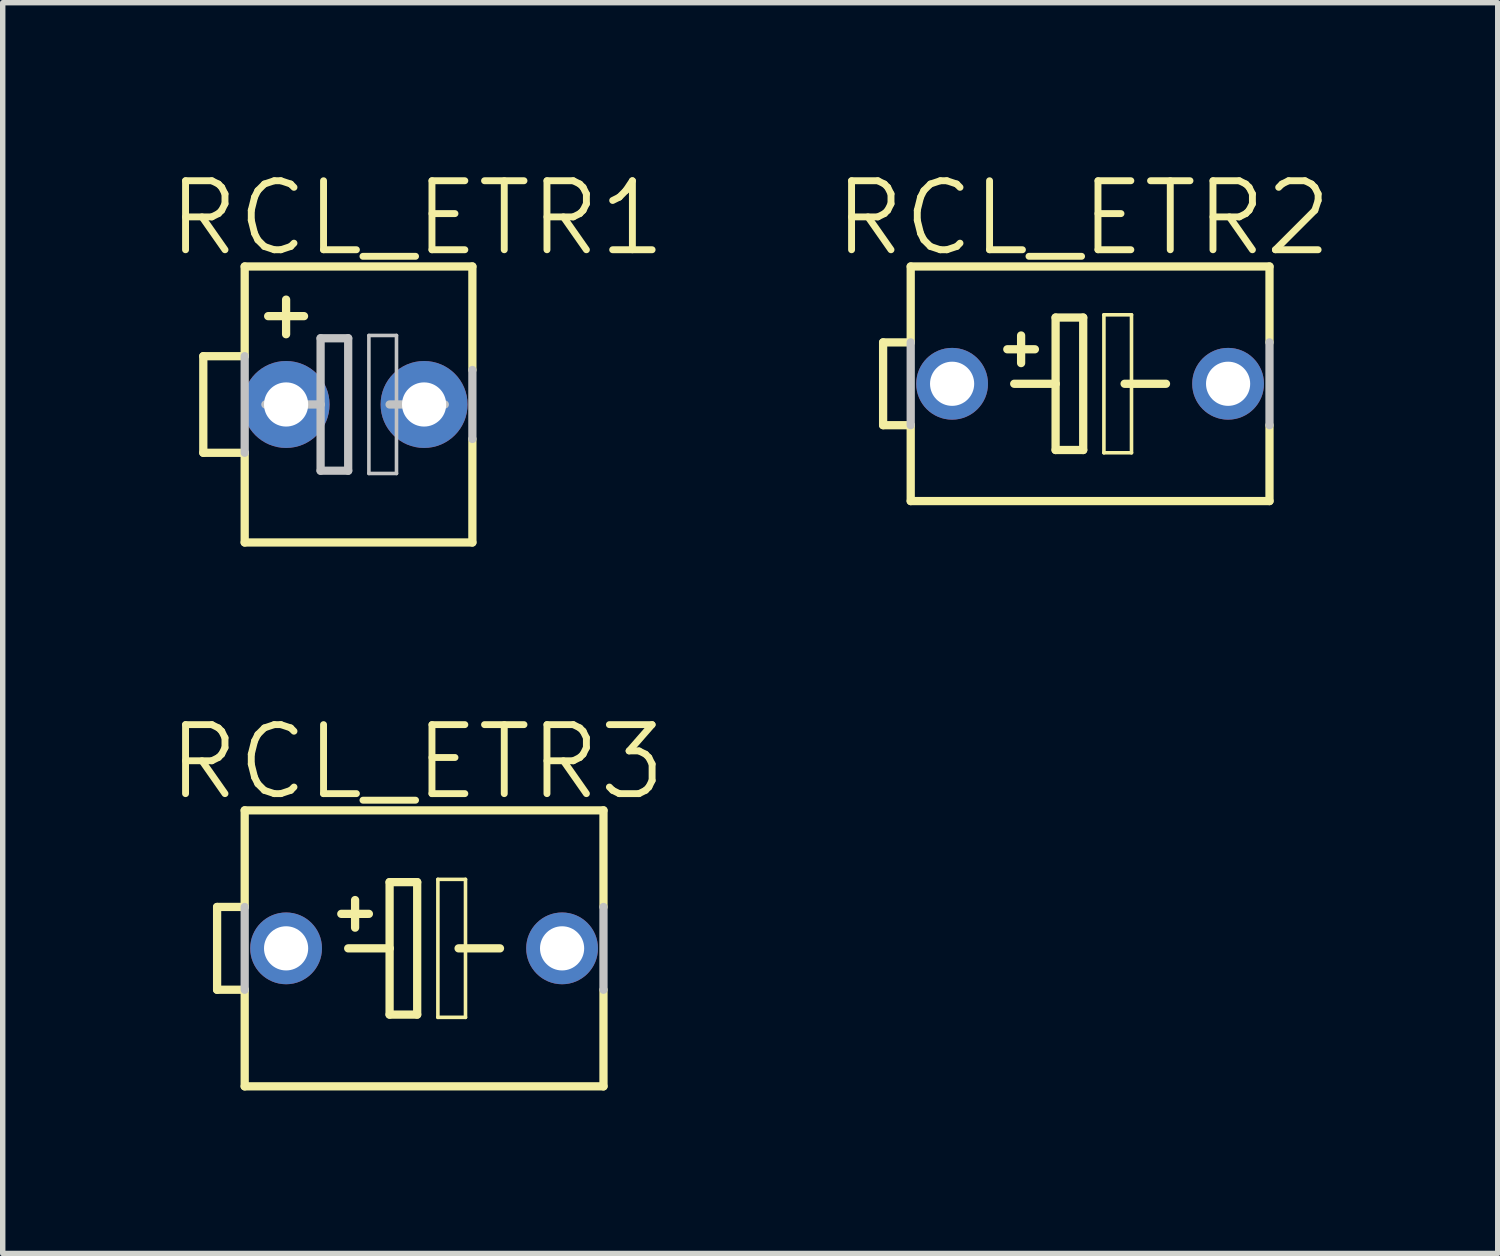
<source format=kicad_pcb>
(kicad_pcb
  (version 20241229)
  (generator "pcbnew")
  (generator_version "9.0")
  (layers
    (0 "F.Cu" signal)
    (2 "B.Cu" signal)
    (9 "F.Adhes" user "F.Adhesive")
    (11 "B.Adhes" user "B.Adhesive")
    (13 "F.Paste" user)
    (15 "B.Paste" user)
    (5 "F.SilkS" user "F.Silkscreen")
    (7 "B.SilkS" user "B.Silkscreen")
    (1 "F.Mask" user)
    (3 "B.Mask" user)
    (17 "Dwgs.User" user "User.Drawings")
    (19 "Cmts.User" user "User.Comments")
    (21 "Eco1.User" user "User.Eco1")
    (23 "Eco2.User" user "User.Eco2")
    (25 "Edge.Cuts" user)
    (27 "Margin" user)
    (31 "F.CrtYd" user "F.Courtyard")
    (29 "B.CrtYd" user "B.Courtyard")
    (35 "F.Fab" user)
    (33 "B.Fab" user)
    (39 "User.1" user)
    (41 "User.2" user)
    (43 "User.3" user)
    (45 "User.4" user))
  (footprint "RCL_ETR3"
    (layer "F.Cu")
    (at 4.756 14.406)
    (property "Reference" "RCL_ETR3" (at -0.127 -3.429 0) (layer "F.SilkS") (effects (font (size 1.27 1.27) (thickness 0.127))))
    (attr exclude_from_pos_files exclude_from_bom)
    (fp_line (start -3.81 -0.762) (end -3.81 0.762) (stroke (width 0.152) (type solid)) (layer "F.SilkS"))
    (fp_line (start -3.81 0.762) (end -3.302 0.762) (stroke (width 0.152) (type solid)) (layer "F.SilkS"))
    (fp_line (start -3.302 -0.762) (end -3.81 -0.762) (stroke (width 0.152) (type solid)) (layer "F.SilkS"))
    (fp_line (start -3.302 -0.762) (end -3.302 -2.54) (stroke (width 0.152) (type solid)) (layer "F.SilkS"))
    (fp_line (start -3.302 2.54) (end -3.302 0.762) (stroke (width 0.152) (type solid)) (layer "F.SilkS"))
    (fp_line (start -3.302 2.54) (end 3.302 2.54) (stroke (width 0.152) (type solid)) (layer "F.SilkS"))
    (fp_line (start -1.524 -0.635) (end -1.016 -0.635) (stroke (width 0.152) (type solid)) (layer "F.SilkS"))
    (fp_line (start -1.397 0) (end -0.635 0) (stroke (width 0.152) (type solid)) (layer "F.SilkS"))
    (fp_line (start -1.27 -0.889) (end -1.27 -0.381) (stroke (width 0.152) (type solid)) (layer "F.SilkS"))
    (fp_line (start -0.635 -1.219) (end -0.635 0) (stroke (width 0.152) (type solid)) (layer "F.SilkS"))
    (fp_line (start -0.635 0) (end -0.635 1.219) (stroke (width 0.152) (type solid)) (layer "F.SilkS"))
    (fp_line (start -0.635 1.219) (end -0.127 1.219) (stroke (width 0.152) (type solid)) (layer "F.SilkS"))
    (fp_line (start -0.127 -1.219) (end -0.635 -1.219) (stroke (width 0.152) (type solid)) (layer "F.SilkS"))
    (fp_line (start -0.127 1.219) (end -0.127 -1.219) (stroke (width 0.152) (type solid)) (layer "F.SilkS"))
    (fp_line (start 0.254 -1.27) (end 0.762 -1.27) (stroke (width 0.066) (type solid)) (layer "F.SilkS"))
    (fp_line (start 0.254 1.27) (end 0.254 -1.27) (stroke (width 0.066) (type solid)) (layer "F.SilkS"))
    (fp_line (start 0.254 1.27) (end 0.762 1.27) (stroke (width 0.066) (type solid)) (layer "F.SilkS"))
    (fp_line (start 0.635 0) (end 1.397 0) (stroke (width 0.152) (type solid)) (layer "F.SilkS"))
    (fp_line (start 0.762 1.27) (end 0.762 -1.27) (stroke (width 0.066) (type solid)) (layer "F.SilkS"))
    (fp_line (start 3.302 -2.54) (end -3.302 -2.54) (stroke (width 0.152) (type solid)) (layer "F.SilkS"))
    (fp_line (start 3.302 -0.762) (end 3.302 -2.54) (stroke (width 0.152) (type solid)) (layer "F.SilkS"))
    (fp_line (start 3.302 2.54) (end 3.302 0.762) (stroke (width 0.152) (type solid)) (layer "F.SilkS"))
    (fp_line (start -3.302 0.762) (end -3.302 -0.762) (stroke (width 0.152) (type solid)) (layer "Dwgs.User"))
    (fp_line (start 3.302 -0.762) (end 3.302 0.762) (stroke (width 0.152) (type solid)) (layer "Dwgs.User"))
    (pad "+" thru_hole circle (at -2.54 0) (size 1.321 1.321) (drill 0.813) (layers "*.Cu" "*.Paste" "*.Mask"))
    (pad "-" thru_hole circle (at 2.54 0) (size 1.321 1.321) (drill 0.813) (layers "*.Cu" "*.Paste" "*.Mask")))
  (footprint "RCL_ETR1"
    (layer "F.Cu")
    (at 3.486 4.395)
    (property "Reference" "RCL_ETR1" (at 1.143 -3.429 0) (layer "F.SilkS") (effects (font (size 1.27 1.27) (thickness 0.127))))
    (attr exclude_from_pos_files exclude_from_bom)
    (fp_line (start -2.794 -0.889) (end -2.794 0.889) (stroke (width 0.152) (type solid)) (layer "F.SilkS"))
    (fp_line (start -2.794 0.889) (end -2.032 0.889) (stroke (width 0.152) (type solid)) (layer "F.SilkS"))
    (fp_line (start -2.032 -0.889) (end -2.794 -0.889) (stroke (width 0.152) (type solid)) (layer "F.SilkS"))
    (fp_line (start -2.032 -0.889) (end -2.032 -2.54) (stroke (width 0.152) (type solid)) (layer "F.SilkS"))
    (fp_line (start -2.032 2.54) (end -2.032 0.889) (stroke (width 0.152) (type solid)) (layer "F.SilkS"))
    (fp_line (start -2.032 2.54) (end 2.159 2.54) (stroke (width 0.152) (type solid)) (layer "F.SilkS"))
    (fp_line (start -1.27 -1.93) (end -1.27 -1.293) (stroke (width 0.152) (type solid)) (layer "F.SilkS"))
    (fp_line (start -0.94 -1.626) (end -1.6 -1.626) (stroke (width 0.152) (type solid)) (layer "F.SilkS"))
    (fp_line (start 2.159 -2.54) (end -2.032 -2.54) (stroke (width 0.152) (type solid)) (layer "F.SilkS"))
    (fp_line (start 2.159 -2.54) (end 2.159 -0.635) (stroke (width 0.152) (type solid)) (layer "F.SilkS"))
    (fp_line (start 2.159 0.635) (end 2.159 2.54) (stroke (width 0.152) (type solid)) (layer "F.SilkS"))
    (fp_line (start -2.032 0.889) (end -2.032 -0.889) (stroke (width 0.152) (type solid)) (layer "Dwgs.User"))
    (fp_line (start -1.651 0) (end -0.635 0) (stroke (width 0.152) (type solid)) (layer "Dwgs.User"))
    (fp_line (start -0.635 -1.219) (end -0.635 0) (stroke (width 0.152) (type solid)) (layer "Dwgs.User"))
    (fp_line (start -0.635 0) (end -0.635 1.219) (stroke (width 0.152) (type solid)) (layer "Dwgs.User"))
    (fp_line (start -0.635 1.219) (end -0.127 1.219) (stroke (width 0.152) (type solid)) (layer "Dwgs.User"))
    (fp_line (start -0.127 -1.219) (end -0.635 -1.219) (stroke (width 0.152) (type solid)) (layer "Dwgs.User"))
    (fp_line (start -0.127 1.219) (end -0.127 -1.219) (stroke (width 0.152) (type solid)) (layer "Dwgs.User"))
    (fp_line (start 0.254 -1.27) (end 0.762 -1.27) (stroke (width 0.066) (type solid)) (layer "Dwgs.User"))
    (fp_line (start 0.254 1.27) (end 0.254 -1.27) (stroke (width 0.066) (type solid)) (layer "Dwgs.User"))
    (fp_line (start 0.254 1.27) (end 0.762 1.27) (stroke (width 0.066) (type solid)) (layer "Dwgs.User"))
    (fp_line (start 0.635 0) (end 1.651 0) (stroke (width 0.152) (type solid)) (layer "Dwgs.User"))
    (fp_line (start 0.762 1.27) (end 0.762 -1.27) (stroke (width 0.066) (type solid)) (layer "Dwgs.User"))
    (fp_line (start 2.159 -0.635) (end 2.159 0.635) (stroke (width 0.152) (type solid)) (layer "Dwgs.User"))
    (pad "+" thru_hole circle (at -1.27 0) (size 1.6 1.6) (drill 0.813) (layers "*.Cu" "*.Paste" "*.Mask"))
    (pad "-" thru_hole circle (at 1.27 0) (size 1.6 1.6) (drill 0.813) (layers "*.Cu" "*.Paste" "*.Mask")))
  (footprint "RCL_ETR2"
    (layer "F.Cu")
    (at 17.015 4.014)
    (property "Reference" "RCL_ETR2" (at -0.127 -3.048 0) (layer "F.SilkS") (effects (font (size 1.27 1.27) (thickness 0.127))))
    (attr exclude_from_pos_files exclude_from_bom)
    (fp_line (start -3.81 -0.762) (end -3.81 0.762) (stroke (width 0.152) (type solid)) (layer "F.SilkS"))
    (fp_line (start -3.81 0.762) (end -3.302 0.762) (stroke (width 0.152) (type solid)) (layer "F.SilkS"))
    (fp_line (start -3.302 -0.762) (end -3.81 -0.762) (stroke (width 0.152) (type solid)) (layer "F.SilkS"))
    (fp_line (start -3.302 -0.762) (end -3.302 -2.159) (stroke (width 0.152) (type solid)) (layer "F.SilkS"))
    (fp_line (start -3.302 2.159) (end -3.302 0.762) (stroke (width 0.152) (type solid)) (layer "F.SilkS"))
    (fp_line (start -3.302 2.159) (end 3.302 2.159) (stroke (width 0.152) (type solid)) (layer "F.SilkS"))
    (fp_line (start -1.524 -0.635) (end -1.016 -0.635) (stroke (width 0.152) (type solid)) (layer "F.SilkS"))
    (fp_line (start -1.397 0) (end -0.635 0) (stroke (width 0.152) (type solid)) (layer "F.SilkS"))
    (fp_line (start -1.27 -0.889) (end -1.27 -0.381) (stroke (width 0.152) (type solid)) (layer "F.SilkS"))
    (fp_line (start -0.635 -1.219) (end -0.635 0) (stroke (width 0.152) (type solid)) (layer "F.SilkS"))
    (fp_line (start -0.635 0) (end -0.635 1.219) (stroke (width 0.152) (type solid)) (layer "F.SilkS"))
    (fp_line (start -0.635 1.219) (end -0.127 1.219) (stroke (width 0.152) (type solid)) (layer "F.SilkS"))
    (fp_line (start -0.127 -1.219) (end -0.635 -1.219) (stroke (width 0.152) (type solid)) (layer "F.SilkS"))
    (fp_line (start -0.127 1.219) (end -0.127 -1.219) (stroke (width 0.152) (type solid)) (layer "F.SilkS"))
    (fp_line (start 0.254 -1.27) (end 0.762 -1.27) (stroke (width 0.066) (type solid)) (layer "F.SilkS"))
    (fp_line (start 0.254 1.27) (end 0.254 -1.27) (stroke (width 0.066) (type solid)) (layer "F.SilkS"))
    (fp_line (start 0.254 1.27) (end 0.762 1.27) (stroke (width 0.066) (type solid)) (layer "F.SilkS"))
    (fp_line (start 0.635 0) (end 1.397 0) (stroke (width 0.152) (type solid)) (layer "F.SilkS"))
    (fp_line (start 0.762 1.27) (end 0.762 -1.27) (stroke (width 0.066) (type solid)) (layer "F.SilkS"))
    (fp_line (start 3.302 -2.159) (end -3.302 -2.159) (stroke (width 0.152) (type solid)) (layer "F.SilkS"))
    (fp_line (start 3.302 -0.762) (end 3.302 -2.159) (stroke (width 0.152) (type solid)) (layer "F.SilkS"))
    (fp_line (start 3.302 2.159) (end 3.302 0.762) (stroke (width 0.152) (type solid)) (layer "F.SilkS"))
    (fp_line (start -3.302 0.762) (end -3.302 -0.762) (stroke (width 0.152) (type solid)) (layer "Dwgs.User"))
    (fp_line (start 3.302 -0.762) (end 3.302 0.762) (stroke (width 0.152) (type solid)) (layer "Dwgs.User"))
    (pad "+" thru_hole circle (at -2.54 0) (size 1.321 1.321) (drill 0.813) (layers "*.Cu" "*.Paste" "*.Mask"))
    (pad "-" thru_hole circle (at 2.54 0) (size 1.321 1.321) (drill 0.813) (layers "*.Cu" "*.Paste" "*.Mask")))
  (gr_rect
    (start -3 -3)
    (end 24.518 20.022)
    (stroke (width 0.1) (type default))
    (fill no)
    (layer "Edge.Cuts")))
</source>
